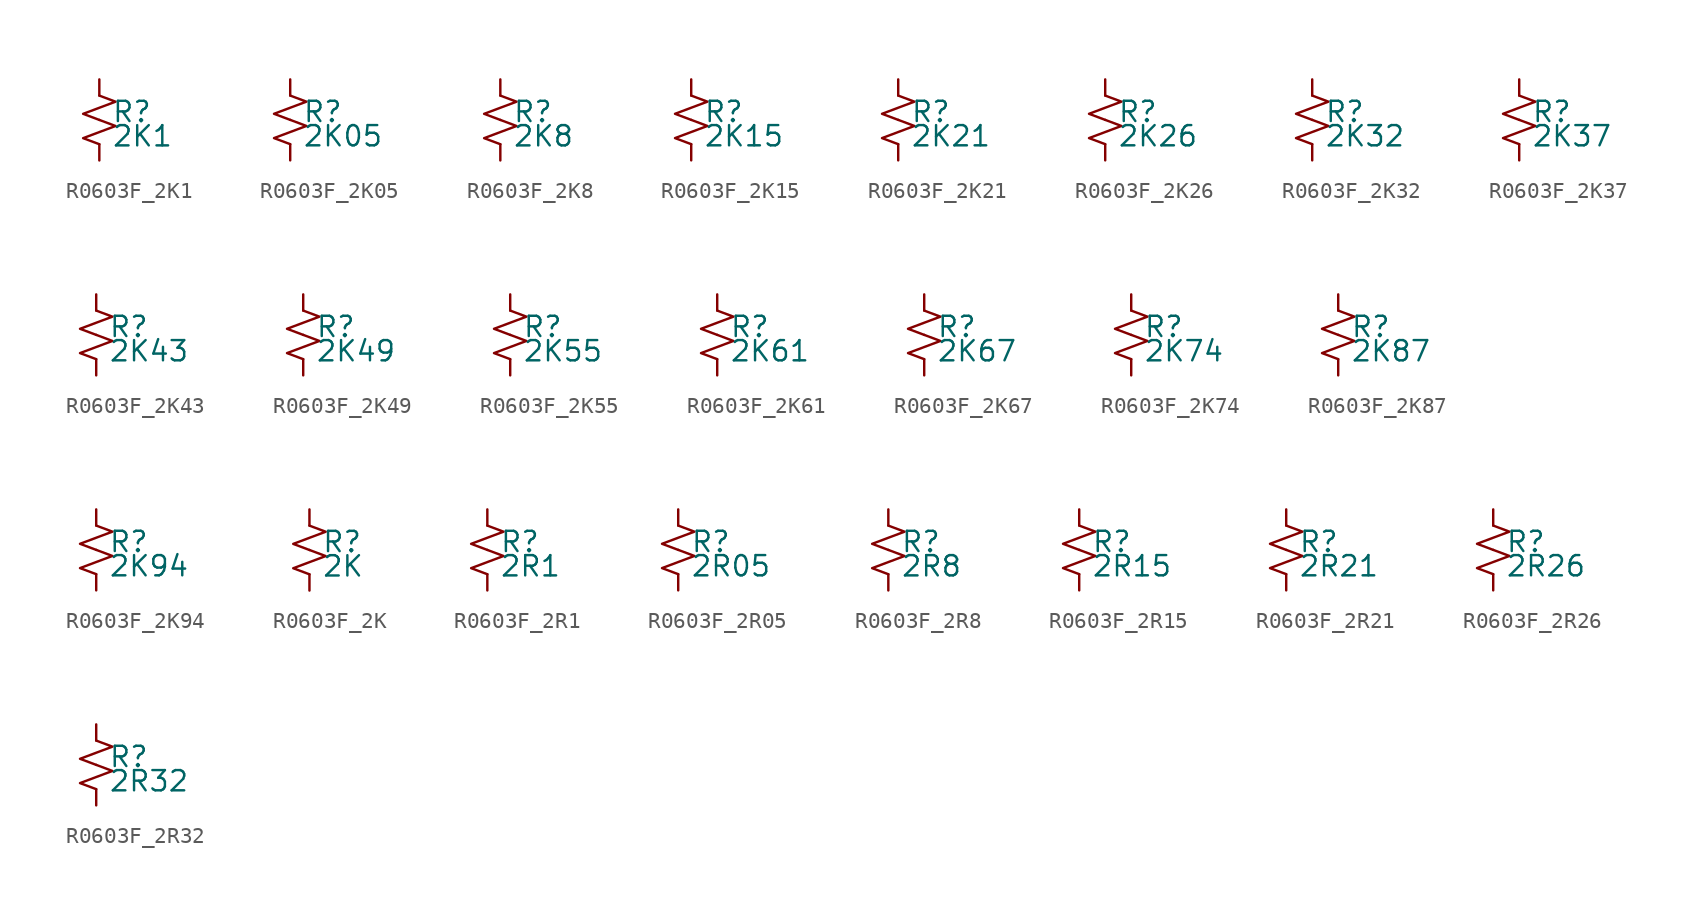
<source format=kicad_sym>
(kicad_symbol_lib
  (version 20220914)
  (generator kicad_symbol_editor)
  (symbol "R0603F_2K1"
    (pin_numbers hide)
    (pin_names
      (offset 0.254) hide)
    (property "Reference" "R"
      (at 0.762 0.508 0)
      (effects (font (size 1.27 1.27)) (justify left)))
    (property "Value" "2K1"
      (at 0.762 -1.016 0)
      (effects (font (size 1.27 1.27)) (justify left)))
    (symbol "R0603F_2K1_1_1"
      (polyline (pts (xy 0 0) (xy 1.016 -0.381) (xy 0 -0.762) (xy -1.016 -1.143) (xy 0 -1.524)) (stroke (width 0) (type default)) (fill (type none)))
      (polyline (pts (xy 0 1.524) (xy 1.016 1.143) (xy 0 0.762) (xy -1.016 0.381) (xy 0 0)) (stroke (width 0) (type default)) (fill (type none)))
      (pin passive line (at 0 2.54 270) (length 1.016) (name "~" (effects (font (size 1.27 1.27)))) (number "1" (effects (font (size 1.27 1.27)))))
      (pin passive line (at 0 -2.54 90) (length 1.016) (name "~" (effects (font (size 1.27 1.27)))) (number "2" (effects (font (size 1.27 1.27)))))))
  (symbol "R0603F_2K05"
    (pin_numbers hide)
    (pin_names
      (offset 0.254) hide)
    (property "Reference" "R"
      (at 0.762 0.508 0)
      (effects (font (size 1.27 1.27)) (justify left)))
    (property "Value" "2K05"
      (at 0.762 -1.016 0)
      (effects (font (size 1.27 1.27)) (justify left)))
    (symbol "R0603F_2K05_1_1"
      (polyline (pts (xy 0 0) (xy 1.016 -0.381) (xy 0 -0.762) (xy -1.016 -1.143) (xy 0 -1.524)) (stroke (width 0) (type default)) (fill (type none)))
      (polyline (pts (xy 0 1.524) (xy 1.016 1.143) (xy 0 0.762) (xy -1.016 0.381) (xy 0 0)) (stroke (width 0) (type default)) (fill (type none)))
      (pin passive line (at 0 2.54 270) (length 1.016) (name "~" (effects (font (size 1.27 1.27)))) (number "1" (effects (font (size 1.27 1.27)))))
      (pin passive line (at 0 -2.54 90) (length 1.016) (name "~" (effects (font (size 1.27 1.27)))) (number "2" (effects (font (size 1.27 1.27)))))))
  (symbol "R0603F_2K8"
    (pin_numbers hide)
    (pin_names
      (offset 0.254) hide)
    (property "Reference" "R"
      (at 0.762 0.508 0)
      (effects (font (size 1.27 1.27)) (justify left)))
    (property "Value" "2K8"
      (at 0.762 -1.016 0)
      (effects (font (size 1.27 1.27)) (justify left)))
    (symbol "R0603F_2K8_1_1"
      (polyline (pts (xy 0 0) (xy 1.016 -0.381) (xy 0 -0.762) (xy -1.016 -1.143) (xy 0 -1.524)) (stroke (width 0) (type default)) (fill (type none)))
      (polyline (pts (xy 0 1.524) (xy 1.016 1.143) (xy 0 0.762) (xy -1.016 0.381) (xy 0 0)) (stroke (width 0) (type default)) (fill (type none)))
      (pin passive line (at 0 2.54 270) (length 1.016) (name "~" (effects (font (size 1.27 1.27)))) (number "1" (effects (font (size 1.27 1.27)))))
      (pin passive line (at 0 -2.54 90) (length 1.016) (name "~" (effects (font (size 1.27 1.27)))) (number "2" (effects (font (size 1.27 1.27)))))))
  (symbol "R0603F_2K15"
    (pin_numbers hide)
    (pin_names
      (offset 0.254) hide)
    (property "Reference" "R"
      (at 0.762 0.508 0)
      (effects (font (size 1.27 1.27)) (justify left)))
    (property "Value" "2K15"
      (at 0.762 -1.016 0)
      (effects (font (size 1.27 1.27)) (justify left)))
    (symbol "R0603F_2K15_1_1"
      (polyline (pts (xy 0 0) (xy 1.016 -0.381) (xy 0 -0.762) (xy -1.016 -1.143) (xy 0 -1.524)) (stroke (width 0) (type default)) (fill (type none)))
      (polyline (pts (xy 0 1.524) (xy 1.016 1.143) (xy 0 0.762) (xy -1.016 0.381) (xy 0 0)) (stroke (width 0) (type default)) (fill (type none)))
      (pin passive line (at 0 2.54 270) (length 1.016) (name "~" (effects (font (size 1.27 1.27)))) (number "1" (effects (font (size 1.27 1.27)))))
      (pin passive line (at 0 -2.54 90) (length 1.016) (name "~" (effects (font (size 1.27 1.27)))) (number "2" (effects (font (size 1.27 1.27)))))))
  (symbol "R0603F_2K21"
    (pin_numbers hide)
    (pin_names
      (offset 0.254) hide)
    (property "Reference" "R"
      (at 0.762 0.508 0)
      (effects (font (size 1.27 1.27)) (justify left)))
    (property "Value" "2K21"
      (at 0.762 -1.016 0)
      (effects (font (size 1.27 1.27)) (justify left)))
    (symbol "R0603F_2K21_1_1"
      (polyline (pts (xy 0 0) (xy 1.016 -0.381) (xy 0 -0.762) (xy -1.016 -1.143) (xy 0 -1.524)) (stroke (width 0) (type default)) (fill (type none)))
      (polyline (pts (xy 0 1.524) (xy 1.016 1.143) (xy 0 0.762) (xy -1.016 0.381) (xy 0 0)) (stroke (width 0) (type default)) (fill (type none)))
      (pin passive line (at 0 2.54 270) (length 1.016) (name "~" (effects (font (size 1.27 1.27)))) (number "1" (effects (font (size 1.27 1.27)))))
      (pin passive line (at 0 -2.54 90) (length 1.016) (name "~" (effects (font (size 1.27 1.27)))) (number "2" (effects (font (size 1.27 1.27)))))))
  (symbol "R0603F_2K26"
    (pin_numbers hide)
    (pin_names
      (offset 0.254) hide)
    (property "Reference" "R"
      (at 0.762 0.508 0)
      (effects (font (size 1.27 1.27)) (justify left)))
    (property "Value" "2K26"
      (at 0.762 -1.016 0)
      (effects (font (size 1.27 1.27)) (justify left)))
    (symbol "R0603F_2K26_1_1"
      (polyline (pts (xy 0 0) (xy 1.016 -0.381) (xy 0 -0.762) (xy -1.016 -1.143) (xy 0 -1.524)) (stroke (width 0) (type default)) (fill (type none)))
      (polyline (pts (xy 0 1.524) (xy 1.016 1.143) (xy 0 0.762) (xy -1.016 0.381) (xy 0 0)) (stroke (width 0) (type default)) (fill (type none)))
      (pin passive line (at 0 2.54 270) (length 1.016) (name "~" (effects (font (size 1.27 1.27)))) (number "1" (effects (font (size 1.27 1.27)))))
      (pin passive line (at 0 -2.54 90) (length 1.016) (name "~" (effects (font (size 1.27 1.27)))) (number "2" (effects (font (size 1.27 1.27)))))))
  (symbol "R0603F_2K32"
    (pin_numbers hide)
    (pin_names
      (offset 0.254) hide)
    (property "Reference" "R"
      (at 0.762 0.508 0)
      (effects (font (size 1.27 1.27)) (justify left)))
    (property "Value" "2K32"
      (at 0.762 -1.016 0)
      (effects (font (size 1.27 1.27)) (justify left)))
    (symbol "R0603F_2K32_1_1"
      (polyline (pts (xy 0 0) (xy 1.016 -0.381) (xy 0 -0.762) (xy -1.016 -1.143) (xy 0 -1.524)) (stroke (width 0) (type default)) (fill (type none)))
      (polyline (pts (xy 0 1.524) (xy 1.016 1.143) (xy 0 0.762) (xy -1.016 0.381) (xy 0 0)) (stroke (width 0) (type default)) (fill (type none)))
      (pin passive line (at 0 2.54 270) (length 1.016) (name "~" (effects (font (size 1.27 1.27)))) (number "1" (effects (font (size 1.27 1.27)))))
      (pin passive line (at 0 -2.54 90) (length 1.016) (name "~" (effects (font (size 1.27 1.27)))) (number "2" (effects (font (size 1.27 1.27)))))))
  (symbol "R0603F_2K37"
    (pin_numbers hide)
    (pin_names
      (offset 0.254) hide)
    (property "Reference" "R"
      (at 0.762 0.508 0)
      (effects (font (size 1.27 1.27)) (justify left)))
    (property "Value" "2K37"
      (at 0.762 -1.016 0)
      (effects (font (size 1.27 1.27)) (justify left)))
    (symbol "R0603F_2K37_1_1"
      (polyline (pts (xy 0 0) (xy 1.016 -0.381) (xy 0 -0.762) (xy -1.016 -1.143) (xy 0 -1.524)) (stroke (width 0) (type default)) (fill (type none)))
      (polyline (pts (xy 0 1.524) (xy 1.016 1.143) (xy 0 0.762) (xy -1.016 0.381) (xy 0 0)) (stroke (width 0) (type default)) (fill (type none)))
      (pin passive line (at 0 2.54 270) (length 1.016) (name "~" (effects (font (size 1.27 1.27)))) (number "1" (effects (font (size 1.27 1.27)))))
      (pin passive line (at 0 -2.54 90) (length 1.016) (name "~" (effects (font (size 1.27 1.27)))) (number "2" (effects (font (size 1.27 1.27)))))))
  (symbol "R0603F_2K43"
    (pin_numbers hide)
    (pin_names
      (offset 0.254) hide)
    (property "Reference" "R"
      (at 0.762 0.508 0)
      (effects (font (size 1.27 1.27)) (justify left)))
    (property "Value" "2K43"
      (at 0.762 -1.016 0)
      (effects (font (size 1.27 1.27)) (justify left)))
    (symbol "R0603F_2K43_1_1"
      (polyline (pts (xy 0 0) (xy 1.016 -0.381) (xy 0 -0.762) (xy -1.016 -1.143) (xy 0 -1.524)) (stroke (width 0) (type default)) (fill (type none)))
      (polyline (pts (xy 0 1.524) (xy 1.016 1.143) (xy 0 0.762) (xy -1.016 0.381) (xy 0 0)) (stroke (width 0) (type default)) (fill (type none)))
      (pin passive line (at 0 2.54 270) (length 1.016) (name "~" (effects (font (size 1.27 1.27)))) (number "1" (effects (font (size 1.27 1.27)))))
      (pin passive line (at 0 -2.54 90) (length 1.016) (name "~" (effects (font (size 1.27 1.27)))) (number "2" (effects (font (size 1.27 1.27)))))))
  (symbol "R0603F_2K49"
    (pin_numbers hide)
    (pin_names
      (offset 0.254) hide)
    (property "Reference" "R"
      (at 0.762 0.508 0)
      (effects (font (size 1.27 1.27)) (justify left)))
    (property "Value" "2K49"
      (at 0.762 -1.016 0)
      (effects (font (size 1.27 1.27)) (justify left)))
    (symbol "R0603F_2K49_1_1"
      (polyline (pts (xy 0 0) (xy 1.016 -0.381) (xy 0 -0.762) (xy -1.016 -1.143) (xy 0 -1.524)) (stroke (width 0) (type default)) (fill (type none)))
      (polyline (pts (xy 0 1.524) (xy 1.016 1.143) (xy 0 0.762) (xy -1.016 0.381) (xy 0 0)) (stroke (width 0) (type default)) (fill (type none)))
      (pin passive line (at 0 2.54 270) (length 1.016) (name "~" (effects (font (size 1.27 1.27)))) (number "1" (effects (font (size 1.27 1.27)))))
      (pin passive line (at 0 -2.54 90) (length 1.016) (name "~" (effects (font (size 1.27 1.27)))) (number "2" (effects (font (size 1.27 1.27)))))))
  (symbol "R0603F_2K55"
    (pin_numbers hide)
    (pin_names
      (offset 0.254) hide)
    (property "Reference" "R"
      (at 0.762 0.508 0)
      (effects (font (size 1.27 1.27)) (justify left)))
    (property "Value" "2K55"
      (at 0.762 -1.016 0)
      (effects (font (size 1.27 1.27)) (justify left)))
    (symbol "R0603F_2K55_1_1"
      (polyline (pts (xy 0 0) (xy 1.016 -0.381) (xy 0 -0.762) (xy -1.016 -1.143) (xy 0 -1.524)) (stroke (width 0) (type default)) (fill (type none)))
      (polyline (pts (xy 0 1.524) (xy 1.016 1.143) (xy 0 0.762) (xy -1.016 0.381) (xy 0 0)) (stroke (width 0) (type default)) (fill (type none)))
      (pin passive line (at 0 2.54 270) (length 1.016) (name "~" (effects (font (size 1.27 1.27)))) (number "1" (effects (font (size 1.27 1.27)))))
      (pin passive line (at 0 -2.54 90) (length 1.016) (name "~" (effects (font (size 1.27 1.27)))) (number "2" (effects (font (size 1.27 1.27)))))))
  (symbol "R0603F_2K61"
    (pin_numbers hide)
    (pin_names
      (offset 0.254) hide)
    (property "Reference" "R"
      (at 0.762 0.508 0)
      (effects (font (size 1.27 1.27)) (justify left)))
    (property "Value" "2K61"
      (at 0.762 -1.016 0)
      (effects (font (size 1.27 1.27)) (justify left)))
    (symbol "R0603F_2K61_1_1"
      (polyline (pts (xy 0 0) (xy 1.016 -0.381) (xy 0 -0.762) (xy -1.016 -1.143) (xy 0 -1.524)) (stroke (width 0) (type default)) (fill (type none)))
      (polyline (pts (xy 0 1.524) (xy 1.016 1.143) (xy 0 0.762) (xy -1.016 0.381) (xy 0 0)) (stroke (width 0) (type default)) (fill (type none)))
      (pin passive line (at 0 2.54 270) (length 1.016) (name "~" (effects (font (size 1.27 1.27)))) (number "1" (effects (font (size 1.27 1.27)))))
      (pin passive line (at 0 -2.54 90) (length 1.016) (name "~" (effects (font (size 1.27 1.27)))) (number "2" (effects (font (size 1.27 1.27)))))))
  (symbol "R0603F_2K67"
    (pin_numbers hide)
    (pin_names
      (offset 0.254) hide)
    (property "Reference" "R"
      (at 0.762 0.508 0)
      (effects (font (size 1.27 1.27)) (justify left)))
    (property "Value" "2K67"
      (at 0.762 -1.016 0)
      (effects (font (size 1.27 1.27)) (justify left)))
    (symbol "R0603F_2K67_1_1"
      (polyline (pts (xy 0 0) (xy 1.016 -0.381) (xy 0 -0.762) (xy -1.016 -1.143) (xy 0 -1.524)) (stroke (width 0) (type default)) (fill (type none)))
      (polyline (pts (xy 0 1.524) (xy 1.016 1.143) (xy 0 0.762) (xy -1.016 0.381) (xy 0 0)) (stroke (width 0) (type default)) (fill (type none)))
      (pin passive line (at 0 2.54 270) (length 1.016) (name "~" (effects (font (size 1.27 1.27)))) (number "1" (effects (font (size 1.27 1.27)))))
      (pin passive line (at 0 -2.54 90) (length 1.016) (name "~" (effects (font (size 1.27 1.27)))) (number "2" (effects (font (size 1.27 1.27)))))))
  (symbol "R0603F_2K74"
    (pin_numbers hide)
    (pin_names
      (offset 0.254) hide)
    (property "Reference" "R"
      (at 0.762 0.508 0)
      (effects (font (size 1.27 1.27)) (justify left)))
    (property "Value" "2K74"
      (at 0.762 -1.016 0)
      (effects (font (size 1.27 1.27)) (justify left)))
    (symbol "R0603F_2K74_1_1"
      (polyline (pts (xy 0 0) (xy 1.016 -0.381) (xy 0 -0.762) (xy -1.016 -1.143) (xy 0 -1.524)) (stroke (width 0) (type default)) (fill (type none)))
      (polyline (pts (xy 0 1.524) (xy 1.016 1.143) (xy 0 0.762) (xy -1.016 0.381) (xy 0 0)) (stroke (width 0) (type default)) (fill (type none)))
      (pin passive line (at 0 2.54 270) (length 1.016) (name "~" (effects (font (size 1.27 1.27)))) (number "1" (effects (font (size 1.27 1.27)))))
      (pin passive line (at 0 -2.54 90) (length 1.016) (name "~" (effects (font (size 1.27 1.27)))) (number "2" (effects (font (size 1.27 1.27)))))))
  (symbol "R0603F_2K87"
    (pin_numbers hide)
    (pin_names
      (offset 0.254) hide)
    (property "Reference" "R"
      (at 0.762 0.508 0)
      (effects (font (size 1.27 1.27)) (justify left)))
    (property "Value" "2K87"
      (at 0.762 -1.016 0)
      (effects (font (size 1.27 1.27)) (justify left)))
    (symbol "R0603F_2K87_1_1"
      (polyline (pts (xy 0 0) (xy 1.016 -0.381) (xy 0 -0.762) (xy -1.016 -1.143) (xy 0 -1.524)) (stroke (width 0) (type default)) (fill (type none)))
      (polyline (pts (xy 0 1.524) (xy 1.016 1.143) (xy 0 0.762) (xy -1.016 0.381) (xy 0 0)) (stroke (width 0) (type default)) (fill (type none)))
      (pin passive line (at 0 2.54 270) (length 1.016) (name "~" (effects (font (size 1.27 1.27)))) (number "1" (effects (font (size 1.27 1.27)))))
      (pin passive line (at 0 -2.54 90) (length 1.016) (name "~" (effects (font (size 1.27 1.27)))) (number "2" (effects (font (size 1.27 1.27)))))))
  (symbol "R0603F_2K94"
    (pin_numbers hide)
    (pin_names
      (offset 0.254) hide)
    (property "Reference" "R"
      (at 0.762 0.508 0)
      (effects (font (size 1.27 1.27)) (justify left)))
    (property "Value" "2K94"
      (at 0.762 -1.016 0)
      (effects (font (size 1.27 1.27)) (justify left)))
    (symbol "R0603F_2K94_1_1"
      (polyline (pts (xy 0 0) (xy 1.016 -0.381) (xy 0 -0.762) (xy -1.016 -1.143) (xy 0 -1.524)) (stroke (width 0) (type default)) (fill (type none)))
      (polyline (pts (xy 0 1.524) (xy 1.016 1.143) (xy 0 0.762) (xy -1.016 0.381) (xy 0 0)) (stroke (width 0) (type default)) (fill (type none)))
      (pin passive line (at 0 2.54 270) (length 1.016) (name "~" (effects (font (size 1.27 1.27)))) (number "1" (effects (font (size 1.27 1.27)))))
      (pin passive line (at 0 -2.54 90) (length 1.016) (name "~" (effects (font (size 1.27 1.27)))) (number "2" (effects (font (size 1.27 1.27)))))))
  (symbol "R0603F_2K"
    (pin_numbers hide)
    (pin_names
      (offset 0.254) hide)
    (property "Reference" "R"
      (at 0.762 0.508 0)
      (effects (font (size 1.27 1.27)) (justify left)))
    (property "Value" "2K"
      (at 0.762 -1.016 0)
      (effects (font (size 1.27 1.27)) (justify left)))
    (symbol "R0603F_2K_1_1"
      (polyline (pts (xy 0 0) (xy 1.016 -0.381) (xy 0 -0.762) (xy -1.016 -1.143) (xy 0 -1.524)) (stroke (width 0) (type default)) (fill (type none)))
      (polyline (pts (xy 0 1.524) (xy 1.016 1.143) (xy 0 0.762) (xy -1.016 0.381) (xy 0 0)) (stroke (width 0) (type default)) (fill (type none)))
      (pin passive line (at 0 2.54 270) (length 1.016) (name "~" (effects (font (size 1.27 1.27)))) (number "1" (effects (font (size 1.27 1.27)))))
      (pin passive line (at 0 -2.54 90) (length 1.016) (name "~" (effects (font (size 1.27 1.27)))) (number "2" (effects (font (size 1.27 1.27)))))))
  (symbol "R0603F_2R1"
    (pin_numbers hide)
    (pin_names
      (offset 0.254) hide)
    (property "Reference" "R"
      (at 0.762 0.508 0)
      (effects (font (size 1.27 1.27)) (justify left)))
    (property "Value" "2R1"
      (at 0.762 -1.016 0)
      (effects (font (size 1.27 1.27)) (justify left)))
    (symbol "R0603F_2R1_1_1"
      (polyline (pts (xy 0 0) (xy 1.016 -0.381) (xy 0 -0.762) (xy -1.016 -1.143) (xy 0 -1.524)) (stroke (width 0) (type default)) (fill (type none)))
      (polyline (pts (xy 0 1.524) (xy 1.016 1.143) (xy 0 0.762) (xy -1.016 0.381) (xy 0 0)) (stroke (width 0) (type default)) (fill (type none)))
      (pin passive line (at 0 2.54 270) (length 1.016) (name "~" (effects (font (size 1.27 1.27)))) (number "1" (effects (font (size 1.27 1.27)))))
      (pin passive line (at 0 -2.54 90) (length 1.016) (name "~" (effects (font (size 1.27 1.27)))) (number "2" (effects (font (size 1.27 1.27)))))))
  (symbol "R0603F_2R05"
    (pin_numbers hide)
    (pin_names
      (offset 0.254) hide)
    (property "Reference" "R"
      (at 0.762 0.508 0)
      (effects (font (size 1.27 1.27)) (justify left)))
    (property "Value" "2R05"
      (at 0.762 -1.016 0)
      (effects (font (size 1.27 1.27)) (justify left)))
    (symbol "R0603F_2R05_1_1"
      (polyline (pts (xy 0 0) (xy 1.016 -0.381) (xy 0 -0.762) (xy -1.016 -1.143) (xy 0 -1.524)) (stroke (width 0) (type default)) (fill (type none)))
      (polyline (pts (xy 0 1.524) (xy 1.016 1.143) (xy 0 0.762) (xy -1.016 0.381) (xy 0 0)) (stroke (width 0) (type default)) (fill (type none)))
      (pin passive line (at 0 2.54 270) (length 1.016) (name "~" (effects (font (size 1.27 1.27)))) (number "1" (effects (font (size 1.27 1.27)))))
      (pin passive line (at 0 -2.54 90) (length 1.016) (name "~" (effects (font (size 1.27 1.27)))) (number "2" (effects (font (size 1.27 1.27)))))))
  (symbol "R0603F_2R8"
    (pin_numbers hide)
    (pin_names
      (offset 0.254) hide)
    (property "Reference" "R"
      (at 0.762 0.508 0)
      (effects (font (size 1.27 1.27)) (justify left)))
    (property "Value" "2R8"
      (at 0.762 -1.016 0)
      (effects (font (size 1.27 1.27)) (justify left)))
    (symbol "R0603F_2R8_1_1"
      (polyline (pts (xy 0 0) (xy 1.016 -0.381) (xy 0 -0.762) (xy -1.016 -1.143) (xy 0 -1.524)) (stroke (width 0) (type default)) (fill (type none)))
      (polyline (pts (xy 0 1.524) (xy 1.016 1.143) (xy 0 0.762) (xy -1.016 0.381) (xy 0 0)) (stroke (width 0) (type default)) (fill (type none)))
      (pin passive line (at 0 2.54 270) (length 1.016) (name "~" (effects (font (size 1.27 1.27)))) (number "1" (effects (font (size 1.27 1.27)))))
      (pin passive line (at 0 -2.54 90) (length 1.016) (name "~" (effects (font (size 1.27 1.27)))) (number "2" (effects (font (size 1.27 1.27)))))))
  (symbol "R0603F_2R15"
    (pin_numbers hide)
    (pin_names
      (offset 0.254) hide)
    (property "Reference" "R"
      (at 0.762 0.508 0)
      (effects (font (size 1.27 1.27)) (justify left)))
    (property "Value" "2R15"
      (at 0.762 -1.016 0)
      (effects (font (size 1.27 1.27)) (justify left)))
    (symbol "R0603F_2R15_1_1"
      (polyline (pts (xy 0 0) (xy 1.016 -0.381) (xy 0 -0.762) (xy -1.016 -1.143) (xy 0 -1.524)) (stroke (width 0) (type default)) (fill (type none)))
      (polyline (pts (xy 0 1.524) (xy 1.016 1.143) (xy 0 0.762) (xy -1.016 0.381) (xy 0 0)) (stroke (width 0) (type default)) (fill (type none)))
      (pin passive line (at 0 2.54 270) (length 1.016) (name "~" (effects (font (size 1.27 1.27)))) (number "1" (effects (font (size 1.27 1.27)))))
      (pin passive line (at 0 -2.54 90) (length 1.016) (name "~" (effects (font (size 1.27 1.27)))) (number "2" (effects (font (size 1.27 1.27)))))))
  (symbol "R0603F_2R21"
    (pin_numbers hide)
    (pin_names
      (offset 0.254) hide)
    (property "Reference" "R"
      (at 0.762 0.508 0)
      (effects (font (size 1.27 1.27)) (justify left)))
    (property "Value" "2R21"
      (at 0.762 -1.016 0)
      (effects (font (size 1.27 1.27)) (justify left)))
    (symbol "R0603F_2R21_1_1"
      (polyline (pts (xy 0 0) (xy 1.016 -0.381) (xy 0 -0.762) (xy -1.016 -1.143) (xy 0 -1.524)) (stroke (width 0) (type default)) (fill (type none)))
      (polyline (pts (xy 0 1.524) (xy 1.016 1.143) (xy 0 0.762) (xy -1.016 0.381) (xy 0 0)) (stroke (width 0) (type default)) (fill (type none)))
      (pin passive line (at 0 2.54 270) (length 1.016) (name "~" (effects (font (size 1.27 1.27)))) (number "1" (effects (font (size 1.27 1.27)))))
      (pin passive line (at 0 -2.54 90) (length 1.016) (name "~" (effects (font (size 1.27 1.27)))) (number "2" (effects (font (size 1.27 1.27)))))))
  (symbol "R0603F_2R26"
    (pin_numbers hide)
    (pin_names
      (offset 0.254) hide)
    (property "Reference" "R"
      (at 0.762 0.508 0)
      (effects (font (size 1.27 1.27)) (justify left)))
    (property "Value" "2R26"
      (at 0.762 -1.016 0)
      (effects (font (size 1.27 1.27)) (justify left)))
    (symbol "R0603F_2R26_1_1"
      (polyline (pts (xy 0 0) (xy 1.016 -0.381) (xy 0 -0.762) (xy -1.016 -1.143) (xy 0 -1.524)) (stroke (width 0) (type default)) (fill (type none)))
      (polyline (pts (xy 0 1.524) (xy 1.016 1.143) (xy 0 0.762) (xy -1.016 0.381) (xy 0 0)) (stroke (width 0) (type default)) (fill (type none)))
      (pin passive line (at 0 2.54 270) (length 1.016) (name "~" (effects (font (size 1.27 1.27)))) (number "1" (effects (font (size 1.27 1.27)))))
      (pin passive line (at 0 -2.54 90) (length 1.016) (name "~" (effects (font (size 1.27 1.27)))) (number "2" (effects (font (size 1.27 1.27)))))))
  (symbol "R0603F_2R32"
    (pin_numbers hide)
    (pin_names
      (offset 0.254) hide)
    (property "Reference" "R"
      (at 0.762 0.508 0)
      (effects (font (size 1.27 1.27)) (justify left)))
    (property "Value" "2R32"
      (at 0.762 -1.016 0)
      (effects (font (size 1.27 1.27)) (justify left)))
    (symbol "R0603F_2R32_1_1"
      (polyline (pts (xy 0 0) (xy 1.016 -0.381) (xy 0 -0.762) (xy -1.016 -1.143) (xy 0 -1.524)) (stroke (width 0) (type default)) (fill (type none)))
      (polyline (pts (xy 0 1.524) (xy 1.016 1.143) (xy 0 0.762) (xy -1.016 0.381) (xy 0 0)) (stroke (width 0) (type default)) (fill (type none)))
      (pin passive line (at 0 2.54 270) (length 1.016) (name "~" (effects (font (size 1.27 1.27)))) (number "1" (effects (font (size 1.27 1.27)))))
      (pin passive line (at 0 -2.54 90) (length 1.016) (name "~" (effects (font (size 1.27 1.27)))) (number "2" (effects (font (size 1.27 1.27))))))))
</source>
